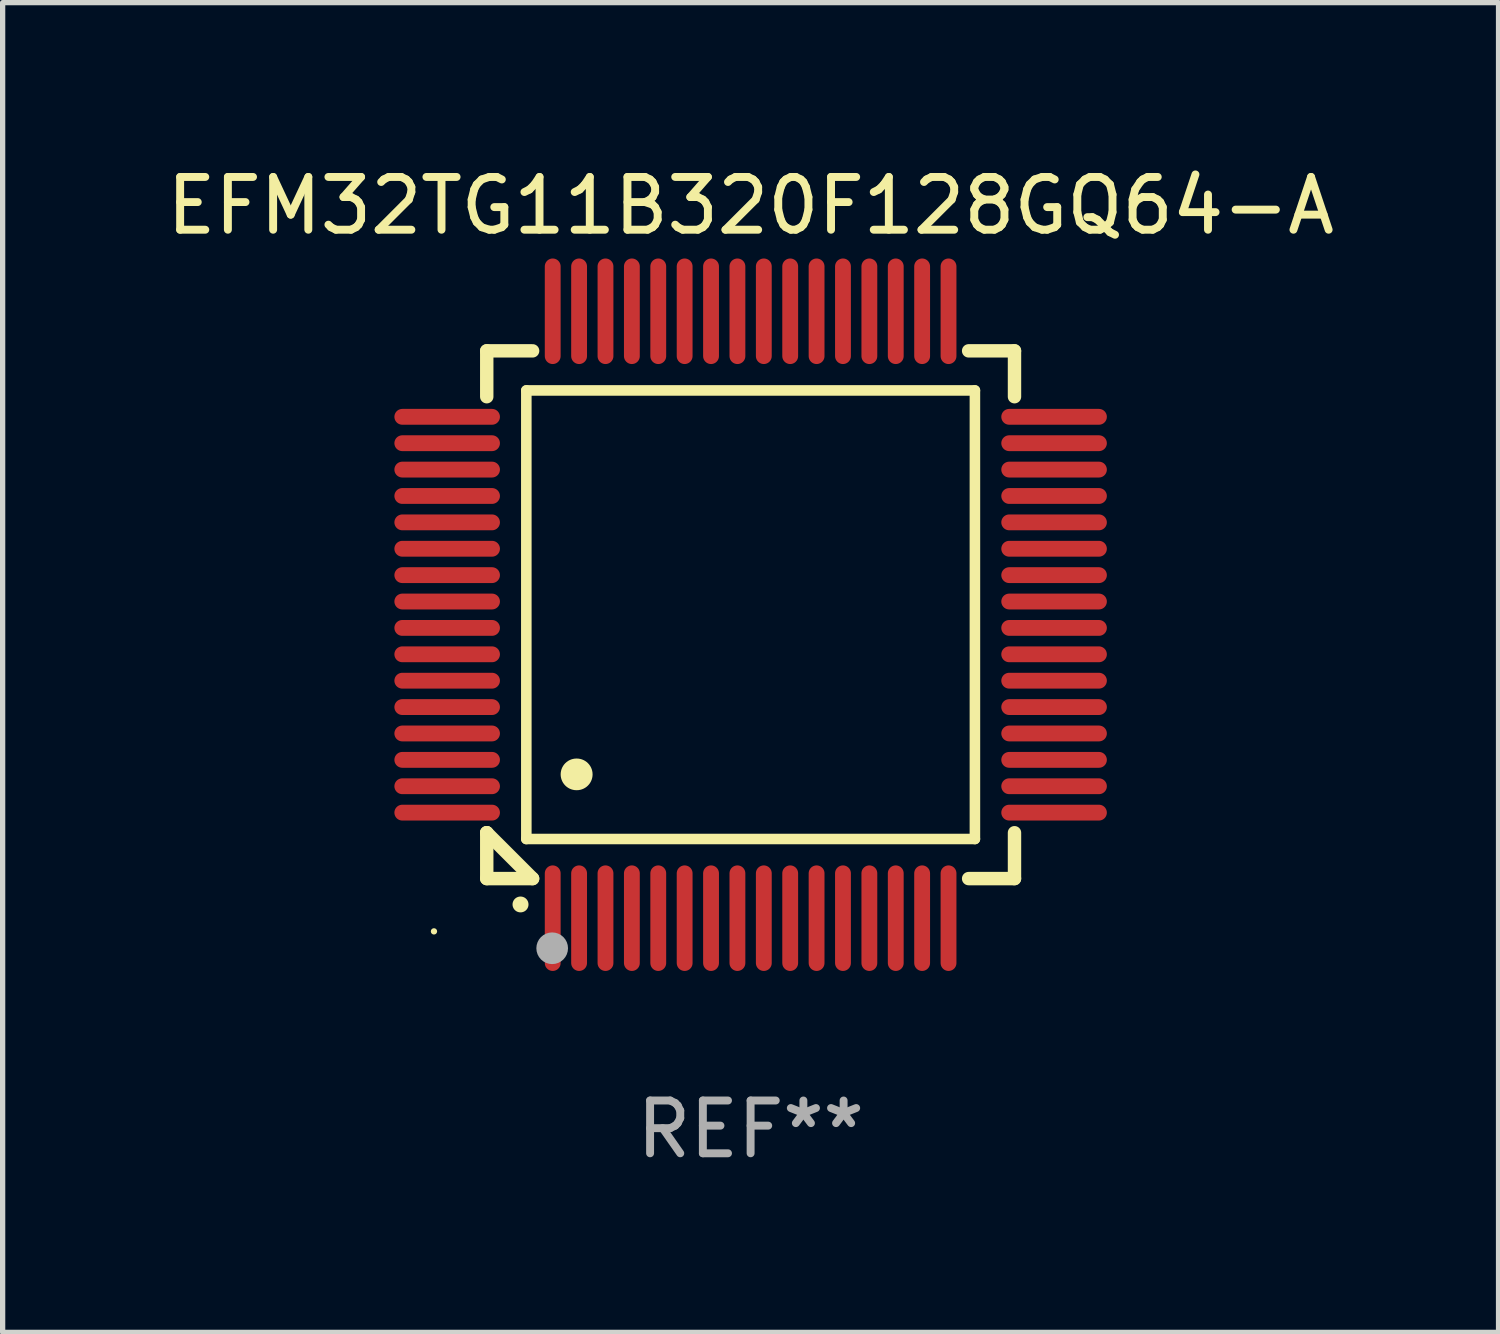
<source format=kicad_pcb>
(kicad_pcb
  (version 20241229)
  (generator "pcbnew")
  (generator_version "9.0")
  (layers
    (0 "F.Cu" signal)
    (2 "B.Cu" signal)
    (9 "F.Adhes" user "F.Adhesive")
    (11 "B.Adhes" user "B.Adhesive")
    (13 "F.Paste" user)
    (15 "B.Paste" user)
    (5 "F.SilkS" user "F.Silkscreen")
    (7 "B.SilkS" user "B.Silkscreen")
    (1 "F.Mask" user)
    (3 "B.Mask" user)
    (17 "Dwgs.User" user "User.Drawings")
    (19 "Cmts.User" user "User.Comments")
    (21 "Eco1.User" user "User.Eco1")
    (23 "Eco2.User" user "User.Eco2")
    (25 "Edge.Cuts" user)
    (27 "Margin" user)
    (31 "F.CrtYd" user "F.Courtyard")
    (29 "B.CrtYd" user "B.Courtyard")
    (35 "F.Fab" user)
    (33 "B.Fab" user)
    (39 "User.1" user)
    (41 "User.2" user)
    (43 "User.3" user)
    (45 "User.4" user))
  (footprint "EFM32TG11B320F128GQ64-A"
    (layer "F.Cu")
    (at 11.173 8.598)
    (property "Reference" "EFM32TG11B320F128GQ64-A" (at 0 -7.75 0) (layer "F.SilkS") (effects (font (size 1 1) (thickness 0.15))))
    (attr through_hole)
    (fp_line (start -5 -5) (end -4.131 -5) (stroke (width 0.254) (type solid)) (layer "F.SilkS"))
    (fp_line (start -5 -4.131) (end -5 -5) (stroke (width 0.254) (type solid)) (layer "F.SilkS"))
    (fp_line (start -5 4.131) (end -5 4.131) (stroke (width 0.254) (type solid)) (layer "F.SilkS"))
    (fp_line (start -5 5) (end -5 4.131) (stroke (width 0.254) (type solid)) (layer "F.SilkS"))
    (fp_line (start -5 4.131) (end -4.131 5) (stroke (width 0.254) (type solid)) (layer "F.SilkS"))
    (fp_line (start -4.25 -4.25) (end -4.25 4.25) (stroke (width 0.2) (type solid)) (layer "F.SilkS"))
    (fp_line (start -4.25 4.25) (end 4.25 4.25) (stroke (width 0.2) (type solid)) (layer "F.SilkS"))
    (fp_line (start -4.131 5) (end -5 5) (stroke (width 0.254) (type solid)) (layer "F.SilkS"))
    (fp_line (start 4.25 -4.25) (end -4.25 -4.25) (stroke (width 0.2) (type solid)) (layer "F.SilkS"))
    (fp_line (start 4.25 4.25) (end 4.25 -4.25) (stroke (width 0.2) (type solid)) (layer "F.SilkS"))
    (fp_line (start 5 -5) (end 4.131 -5) (stroke (width 0.254) (type solid)) (layer "F.SilkS"))
    (fp_line (start 5 -5) (end 5 -4.131) (stroke (width 0.254) (type solid)) (layer "F.SilkS"))
    (fp_line (start 5 4.131) (end 5 5) (stroke (width 0.254) (type solid)) (layer "F.SilkS"))
    (fp_line (start 5 5) (end 4.131 5) (stroke (width 0.254) (type solid)) (layer "F.SilkS"))
    (fp_arc (start -4.361265 5.489992) (mid -4.359995 5.489987) (end -4.358725 5.489992) (stroke (width 0.3) (type solid)) (layer "F.SilkS"))
    (fp_arc (start -3.299467 3.025146) (mid -3.296927 3.025135) (end -3.294387 3.025146) (stroke (width 0.6) (type solid)) (layer "F.SilkS"))
    (fp_circle (center -6 6) (end -5.97 6) (stroke (width 0.06) (type solid)) (fill no) (layer "F.SilkS"))
    (fp_circle (center -3.76 6.32) (end -3.61 6.32) (stroke (width 0.3) (type solid)) (fill no) (layer "F.Fab"))
    (fp_text user "REF**" (at 0 9.75 0) (layer "F.Fab") (effects (font (size 1 1) (thickness 0.15))))
    (pad "1" smd oval (at -3.75 5.75) (size 0.3 2) (layers "F.Cu" "F.Mask" "F.Paste"))
    (pad "2" smd oval (at -3.25 5.75) (size 0.3 2) (layers "F.Cu" "F.Mask" "F.Paste"))
    (pad "3" smd oval (at -2.75 5.75) (size 0.3 2) (layers "F.Cu" "F.Mask" "F.Paste"))
    (pad "4" smd oval (at -2.25 5.75) (size 0.3 2) (layers "F.Cu" "F.Mask" "F.Paste"))
    (pad "5" smd oval (at -1.75 5.75) (size 0.3 2) (layers "F.Cu" "F.Mask" "F.Paste"))
    (pad "6" smd oval (at -1.25 5.75) (size 0.3 2) (layers "F.Cu" "F.Mask" "F.Paste"))
    (pad "7" smd oval (at -0.75 5.75) (size 0.3 2) (layers "F.Cu" "F.Mask" "F.Paste"))
    (pad "8" smd oval (at -0.25 5.75) (size 0.3 2) (layers "F.Cu" "F.Mask" "F.Paste"))
    (pad "9" smd oval (at 0.25 5.75) (size 0.3 2) (layers "F.Cu" "F.Mask" "F.Paste"))
    (pad "10" smd oval (at 0.75 5.75) (size 0.3 2) (layers "F.Cu" "F.Mask" "F.Paste"))
    (pad "11" smd oval (at 1.25 5.75) (size 0.3 2) (layers "F.Cu" "F.Mask" "F.Paste"))
    (pad "12" smd oval (at 1.75 5.75) (size 0.3 2) (layers "F.Cu" "F.Mask" "F.Paste"))
    (pad "13" smd oval (at 2.25 5.75) (size 0.3 2) (layers "F.Cu" "F.Mask" "F.Paste"))
    (pad "14" smd oval (at 2.75 5.75) (size 0.3 2) (layers "F.Cu" "F.Mask" "F.Paste"))
    (pad "15" smd oval (at 3.25 5.75) (size 0.3 2) (layers "F.Cu" "F.Mask" "F.Paste"))
    (pad "16" smd oval (at 3.75 5.75) (size 0.3 2) (layers "F.Cu" "F.Mask" "F.Paste"))
    (pad "17" smd oval (at 5.75 3.75) (size 2 0.3) (layers "F.Cu" "F.Mask" "F.Paste"))
    (pad "18" smd oval (at 5.75 3.25) (size 2 0.3) (layers "F.Cu" "F.Mask" "F.Paste"))
    (pad "19" smd oval (at 5.75 2.75) (size 2 0.3) (layers "F.Cu" "F.Mask" "F.Paste"))
    (pad "20" smd oval (at 5.75 2.25) (size 2 0.3) (layers "F.Cu" "F.Mask" "F.Paste"))
    (pad "21" smd oval (at 5.75 1.75) (size 2 0.3) (layers "F.Cu" "F.Mask" "F.Paste"))
    (pad "22" smd oval (at 5.75 1.25) (size 2 0.3) (layers "F.Cu" "F.Mask" "F.Paste"))
    (pad "23" smd oval (at 5.75 0.75) (size 2 0.3) (layers "F.Cu" "F.Mask" "F.Paste"))
    (pad "24" smd oval (at 5.75 0.25) (size 2 0.3) (layers "F.Cu" "F.Mask" "F.Paste"))
    (pad "25" smd oval (at 5.75 -0.25) (size 2 0.3) (layers "F.Cu" "F.Mask" "F.Paste"))
    (pad "26" smd oval (at 5.75 -0.75) (size 2 0.3) (layers "F.Cu" "F.Mask" "F.Paste"))
    (pad "27" smd oval (at 5.75 -1.25) (size 2 0.3) (layers "F.Cu" "F.Mask" "F.Paste"))
    (pad "28" smd oval (at 5.75 -1.75) (size 2 0.3) (layers "F.Cu" "F.Mask" "F.Paste"))
    (pad "29" smd oval (at 5.75 -2.25) (size 2 0.3) (layers "F.Cu" "F.Mask" "F.Paste"))
    (pad "30" smd oval (at 5.75 -2.75) (size 2 0.3) (layers "F.Cu" "F.Mask" "F.Paste"))
    (pad "31" smd oval (at 5.75 -3.25) (size 2 0.3) (layers "F.Cu" "F.Mask" "F.Paste"))
    (pad "32" smd oval (at 5.75 -3.75) (size 2 0.3) (layers "F.Cu" "F.Mask" "F.Paste"))
    (pad "33" smd oval (at 3.75 -5.75) (size 0.3 2) (layers "F.Cu" "F.Mask" "F.Paste"))
    (pad "34" smd oval (at 3.25 -5.75) (size 0.3 2) (layers "F.Cu" "F.Mask" "F.Paste"))
    (pad "35" smd oval (at 2.75 -5.75) (size 0.3 2) (layers "F.Cu" "F.Mask" "F.Paste"))
    (pad "36" smd oval (at 2.25 -5.75) (size 0.3 2) (layers "F.Cu" "F.Mask" "F.Paste"))
    (pad "37" smd oval (at 1.75 -5.75) (size 0.3 2) (layers "F.Cu" "F.Mask" "F.Paste"))
    (pad "38" smd oval (at 1.25 -5.75) (size 0.3 2) (layers "F.Cu" "F.Mask" "F.Paste"))
    (pad "39" smd oval (at 0.75 -5.75) (size 0.3 2) (layers "F.Cu" "F.Mask" "F.Paste"))
    (pad "40" smd oval (at 0.25 -5.75) (size 0.3 2) (layers "F.Cu" "F.Mask" "F.Paste"))
    (pad "41" smd oval (at -0.25 -5.75) (size 0.3 2) (layers "F.Cu" "F.Mask" "F.Paste"))
    (pad "42" smd oval (at -0.75 -5.75) (size 0.3 2) (layers "F.Cu" "F.Mask" "F.Paste"))
    (pad "43" smd oval (at -1.25 -5.75) (size 0.3 2) (layers "F.Cu" "F.Mask" "F.Paste"))
    (pad "44" smd oval (at -1.75 -5.75) (size 0.3 2) (layers "F.Cu" "F.Mask" "F.Paste"))
    (pad "45" smd oval (at -2.25 -5.75) (size 0.3 2) (layers "F.Cu" "F.Mask" "F.Paste"))
    (pad "46" smd oval (at -2.75 -5.75) (size 0.3 2) (layers "F.Cu" "F.Mask" "F.Paste"))
    (pad "47" smd oval (at -3.25 -5.75) (size 0.3 2) (layers "F.Cu" "F.Mask" "F.Paste"))
    (pad "48" smd oval (at -3.75 -5.75) (size 0.3 2) (layers "F.Cu" "F.Mask" "F.Paste"))
    (pad "49" smd oval (at -5.75 -3.75) (size 2 0.3) (layers "F.Cu" "F.Mask" "F.Paste"))
    (pad "50" smd oval (at -5.75 -3.25) (size 2 0.3) (layers "F.Cu" "F.Mask" "F.Paste"))
    (pad "51" smd oval (at -5.75 -2.75) (size 2 0.3) (layers "F.Cu" "F.Mask" "F.Paste"))
    (pad "52" smd oval (at -5.75 -2.25) (size 2 0.3) (layers "F.Cu" "F.Mask" "F.Paste"))
    (pad "53" smd oval (at -5.75 -1.75) (size 2 0.3) (layers "F.Cu" "F.Mask" "F.Paste"))
    (pad "54" smd oval (at -5.75 -1.25) (size 2 0.3) (layers "F.Cu" "F.Mask" "F.Paste"))
    (pad "55" smd oval (at -5.75 -0.75) (size 2 0.3) (layers "F.Cu" "F.Mask" "F.Paste"))
    (pad "56" smd oval (at -5.75 -0.25) (size 2 0.3) (layers "F.Cu" "F.Mask" "F.Paste"))
    (pad "57" smd oval (at -5.75 0.25) (size 2 0.3) (layers "F.Cu" "F.Mask" "F.Paste"))
    (pad "58" smd oval (at -5.75 0.75) (size 2 0.3) (layers "F.Cu" "F.Mask" "F.Paste"))
    (pad "59" smd oval (at -5.75 1.25) (size 2 0.3) (layers "F.Cu" "F.Mask" "F.Paste"))
    (pad "60" smd oval (at -5.75 1.75) (size 2 0.3) (layers "F.Cu" "F.Mask" "F.Paste"))
    (pad "61" smd oval (at -5.75 2.25) (size 2 0.3) (layers "F.Cu" "F.Mask" "F.Paste"))
    (pad "62" smd oval (at -5.75 2.75) (size 2 0.3) (layers "F.Cu" "F.Mask" "F.Paste"))
    (pad "63" smd oval (at -5.75 3.25) (size 2 0.3) (layers "F.Cu" "F.Mask" "F.Paste"))
    (pad "64" smd oval (at -5.75 3.75) (size 2 0.3) (layers "F.Cu" "F.Mask" "F.Paste")))
  (gr_rect
    (start -3 -3)
    (end 25.345 22.196)
    (stroke (width 0.1) (type default))
    (fill no)
    (layer "Edge.Cuts")))
</source>
